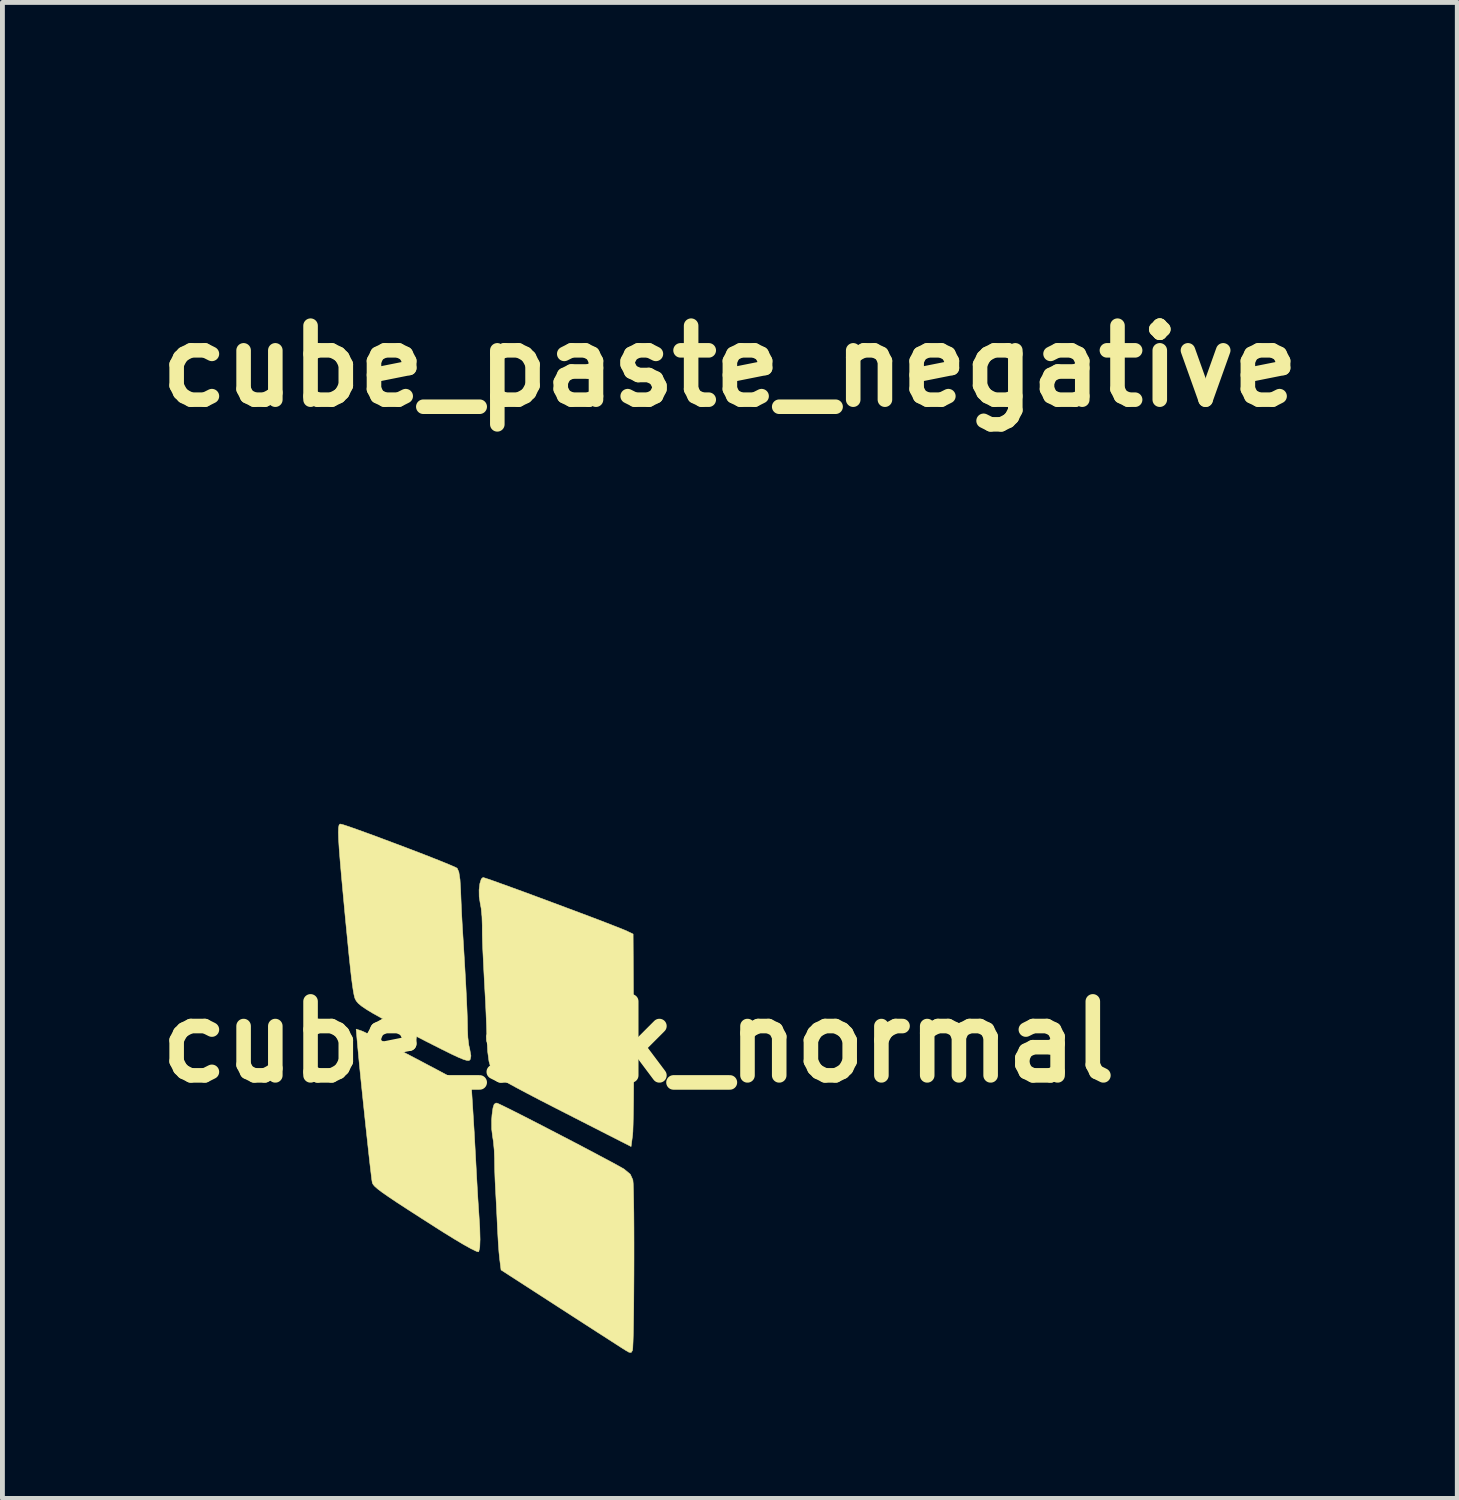
<source format=kicad_pcb>
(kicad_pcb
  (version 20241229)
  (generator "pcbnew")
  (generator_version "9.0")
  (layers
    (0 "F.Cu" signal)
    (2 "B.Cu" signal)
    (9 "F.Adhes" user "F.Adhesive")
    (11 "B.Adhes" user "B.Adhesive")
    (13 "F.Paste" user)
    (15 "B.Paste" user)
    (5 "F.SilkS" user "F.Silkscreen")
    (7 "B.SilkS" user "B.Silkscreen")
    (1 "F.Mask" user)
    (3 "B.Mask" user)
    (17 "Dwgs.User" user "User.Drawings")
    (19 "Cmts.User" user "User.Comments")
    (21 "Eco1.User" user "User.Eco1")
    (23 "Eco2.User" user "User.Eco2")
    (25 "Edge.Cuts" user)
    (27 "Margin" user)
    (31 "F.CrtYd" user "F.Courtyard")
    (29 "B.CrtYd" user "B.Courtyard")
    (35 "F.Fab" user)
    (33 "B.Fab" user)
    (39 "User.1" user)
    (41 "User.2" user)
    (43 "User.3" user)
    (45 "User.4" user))
  (footprint "cube_silk_normal"
    (layer "F.Cu")
    (at 10.095 18.408)
    (property "Reference" "cube_silk_normal" (at 0 0 0) (layer "F.SilkS") (effects (font (size 1.524 1.524) (thickness 0.3))))
    (attr through_hole)
    (fp_poly (pts (xy -5.712 -0.232) (xy -5.639 -0.201) (xy -5.497 -0.131) (xy -5.289 -0.025) (xy -5.02 0.114) (xy -4.694 0.284) (xy -4.317 0.483) (xy -3.892 0.709) (xy -3.802 0.756) (xy -3.435 0.953) (xy -3.412 1.312) (xy -3.378 1.864) (xy -3.345 2.471) (xy -3.33 2.752) (xy -3.317 2.986) (xy -3.302 3.243) (xy -3.287 3.474) (xy -3.284 3.514) (xy -3.264 3.831) (xy -3.258 4.068) (xy -3.264 4.227) (xy -3.283 4.312) (xy -3.291 4.324) (xy -3.335 4.312) (xy -3.44 4.261) (xy -3.595 4.175) (xy -3.788 4.06) (xy -4.01 3.923) (xy -4.108 3.861) (xy -4.457 3.638) (xy -4.741 3.455) (xy -4.967 3.308) (xy -5.141 3.191) (xy -5.271 3.101) (xy -5.362 3.032) (xy -5.422 2.98) (xy -5.458 2.94) (xy -5.475 2.908) (xy -5.478 2.898) (xy -5.488 2.837) (xy -5.504 2.704) (xy -5.527 2.51) (xy -5.554 2.268) (xy -5.584 1.991) (xy -5.617 1.689) (xy -5.65 1.375) (xy -5.683 1.061) (xy -5.714 0.76) (xy -5.742 0.482) (xy -5.765 0.24) (xy -5.781 0.07) (xy -5.81 -0.263) (xy -5.712 -0.232)) (stroke (width 0.01) (type solid)) (fill yes) (layer "F.SilkS"))
    (fp_poly (pts (xy -3.148 -3.372) (xy -3.029 -3.332) (xy -2.854 -3.269) (xy -2.632 -3.189) (xy -2.374 -3.095) (xy -2.091 -2.99) (xy -1.795 -2.88) (xy -1.495 -2.768) (xy -1.204 -2.659) (xy -0.93 -2.556) (xy -0.687 -2.463) (xy -0.484 -2.384) (xy -0.332 -2.324) (xy -0.242 -2.287) (xy -0.233 -2.282) (xy -0.106 -2.221) (xy -0.095 -0.275) (xy -0.094 0.133) (xy -0.094 0.522) (xy -0.095 0.883) (xy -0.097 1.206) (xy -0.101 1.482) (xy -0.106 1.699) (xy -0.111 1.85) (xy -0.116 1.914) (xy -0.148 2.155) (xy -1.306 1.565) (xy -1.7 1.364) (xy -2.026 1.197) (xy -2.289 1.059) (xy -2.498 0.948) (xy -2.659 0.86) (xy -2.78 0.79) (xy -2.866 0.735) (xy -2.926 0.69) (xy -2.967 0.653) (xy -2.972 0.647) (xy -3.032 0.548) (xy -3.074 0.402) (xy -3.102 0.195) (xy -3.117 -0.082) (xy -3.118 -0.106) (xy -3.125 -0.34) (xy -3.136 -0.606) (xy -3.147 -0.851) (xy -3.149 -0.878) (xy -3.169 -1.241) (xy -3.184 -1.532) (xy -3.195 -1.761) (xy -3.204 -1.943) (xy -3.209 -2.088) (xy -3.212 -2.208) (xy -3.213 -2.316) (xy -3.213 -2.401) (xy -3.219 -2.58) (xy -3.235 -2.748) (xy -3.256 -2.862) (xy -3.276 -2.991) (xy -3.278 -3.132) (xy -3.262 -3.262) (xy -3.233 -3.355) (xy -3.197 -3.387) (xy -3.148 -3.372)) (stroke (width 0.01) (type solid)) (fill yes) (layer "F.SilkS"))
    (fp_poly (pts (xy -2.909 1.261) (xy -2.858 1.283) (xy -2.742 1.339) (xy -2.573 1.423) (xy -2.361 1.53) (xy -2.117 1.655) (xy -1.852 1.792) (xy -1.576 1.935) (xy -1.301 2.078) (xy -1.037 2.217) (xy -0.794 2.346) (xy -0.583 2.458) (xy -0.416 2.549) (xy -0.302 2.613) (xy -0.291 2.62) (xy -0.164 2.726) (xy -0.111 2.843) (xy -0.104 2.918) (xy -0.099 3.064) (xy -0.095 3.269) (xy -0.091 3.524) (xy -0.089 3.816) (xy -0.088 4.135) (xy -0.088 4.469) (xy -0.089 4.807) (xy -0.091 5.138) (xy -0.093 5.451) (xy -0.097 5.735) (xy -0.101 5.978) (xy -0.107 6.17) (xy -0.113 6.299) (xy -0.119 6.354) (xy -0.147 6.397) (xy -0.193 6.391) (xy -0.257 6.354) (xy -0.318 6.316) (xy -0.441 6.237) (xy -0.616 6.124) (xy -0.836 5.983) (xy -1.09 5.819) (xy -1.37 5.638) (xy -1.596 5.492) (xy -2.826 4.697) (xy -2.854 4.476) (xy -2.869 4.33) (xy -2.883 4.135) (xy -2.895 3.924) (xy -2.899 3.852) (xy -2.91 3.614) (xy -2.923 3.348) (xy -2.936 3.107) (xy -2.938 3.069) (xy -2.949 2.854) (xy -2.957 2.629) (xy -2.96 2.438) (xy -2.96 2.408) (xy -2.967 2.227) (xy -2.984 2.048) (xy -3.001 1.943) (xy -3.019 1.793) (xy -3.02 1.61) (xy -3.012 1.503) (xy -2.992 1.36) (xy -2.968 1.285) (xy -2.932 1.26) (xy -2.909 1.261)) (stroke (width 0.01) (type solid)) (fill yes) (layer "F.SilkS"))
    (fp_poly (pts (xy -6.078 -4.473) (xy -5.954 -4.432) (xy -5.776 -4.369) (xy -5.557 -4.29) (xy -5.308 -4.198) (xy -5.042 -4.098) (xy -4.771 -3.996) (xy -4.507 -3.895) (xy -4.263 -3.8) (xy -4.051 -3.716) (xy -3.883 -3.647) (xy -3.772 -3.599) (xy -3.73 -3.577) (xy -3.695 -3.499) (xy -3.671 -3.344) (xy -3.658 -3.125) (xy -3.649 -2.896) (xy -3.638 -2.647) (xy -3.626 -2.427) (xy -3.624 -2.392) (xy -3.594 -1.908) (xy -3.57 -1.502) (xy -3.551 -1.163) (xy -3.537 -0.885) (xy -3.527 -0.66) (xy -3.52 -0.479) (xy -3.517 -0.334) (xy -3.516 -0.259) (xy -3.509 -0.09) (xy -3.49 0.067) (xy -3.47 0.152) (xy -3.446 0.289) (xy -3.462 0.363) (xy -3.483 0.382) (xy -3.523 0.383) (xy -3.591 0.364) (xy -3.697 0.321) (xy -3.849 0.25) (xy -4.057 0.147) (xy -4.329 0.009) (xy -4.365 -0.009) (xy -4.734 -0.199) (xy -5.035 -0.355) (xy -5.275 -0.483) (xy -5.46 -0.586) (xy -5.599 -0.67) (xy -5.699 -0.738) (xy -5.766 -0.794) (xy -5.808 -0.844) (xy -5.833 -0.892) (xy -5.839 -0.908) (xy -5.854 -0.969) (xy -5.87 -1.056) (xy -5.888 -1.176) (xy -5.909 -1.337) (xy -5.932 -1.546) (xy -5.96 -1.811) (xy -5.992 -2.138) (xy -6.031 -2.534) (xy -6.075 -3.006) (xy -6.112 -3.406) (xy -6.14 -3.729) (xy -6.16 -3.983) (xy -6.172 -4.176) (xy -6.176 -4.315) (xy -6.173 -4.408) (xy -6.163 -4.462) (xy -6.146 -4.485) (xy -6.136 -4.487) (xy -6.078 -4.473)) (stroke (width 0.01) (type solid)) (fill yes) (layer "F.SilkS")))
  (footprint "cube_paste_negative"
    (layer "F.Cu")
    (at 11.982 4.492)
    (property "Reference" "cube_paste_negative" (at 0 0 0) (layer "F.SilkS") (effects (font (size 1.524 1.524) (thickness 0.3))))
    (attr through_hole)
    (fp_poly (pts (xy 3.329 2.022) (xy 3.316 2.343) (xy 3.297 2.713) (xy 3.275 3.097) (xy 3.252 3.462) (xy 3.238 3.663) (xy 3.219 3.928) (xy 3.202 4.169) (xy 3.189 4.371) (xy 3.18 4.52) (xy 3.176 4.601) (xy 3.176 4.605) (xy 3.163 4.647) (xy 3.12 4.7) (xy 3.039 4.771) (xy 2.912 4.866) (xy 2.73 4.992) (xy 2.485 5.154) (xy 2.445 5.18) (xy 2.148 5.373) (xy 1.85 5.566) (xy 1.559 5.753) (xy 1.285 5.928) (xy 1.037 6.085) (xy 0.824 6.218) (xy 0.656 6.322) (xy 0.54 6.391) (xy 0.489 6.418) (xy 0.463 6.404) (xy 0.442 6.333) (xy 0.424 6.196) (xy 0.409 5.986) (xy 0.398 5.733) (xy 0.39 5.415) (xy 0.387 5.049) (xy 0.387 4.656) (xy 0.391 4.253) (xy 0.399 3.859) (xy 0.41 3.493) (xy 0.418 3.304) (xy 0.445 2.734) (xy 0.699 2.59) (xy 0.815 2.526) (xy 0.993 2.431) (xy 1.218 2.313) (xy 1.478 2.177) (xy 1.759 2.031) (xy 2.047 1.882) (xy 2.33 1.736) (xy 2.593 1.601) (xy 2.824 1.484) (xy 3.009 1.391) (xy 3.135 1.329) (xy 3.15 1.322) (xy 3.358 1.225) (xy 3.329 2.022)) (stroke (width 0.01) (type solid)) (fill yes) (layer "F.Paste"))
    (fp_poly (pts (xy 6.13 -0.2) (xy 6.13 -0.141) (xy 6.122 -0.011) (xy 6.108 0.18) (xy 6.088 0.418) (xy 6.065 0.692) (xy 6.039 0.989) (xy 6.01 1.297) (xy 5.981 1.605) (xy 5.952 1.9) (xy 5.925 2.169) (xy 5.9 2.401) (xy 5.879 2.584) (xy 5.877 2.596) (xy 5.83 2.97) (xy 5.339 3.299) (xy 5.118 3.446) (xy 4.88 3.602) (xy 4.635 3.762) (xy 4.395 3.917) (xy 4.169 4.063) (xy 3.968 4.19) (xy 3.804 4.294) (xy 3.685 4.366) (xy 3.624 4.401) (xy 3.618 4.403) (xy 3.586 4.369) (xy 3.569 4.334) (xy 3.566 4.277) (xy 3.568 4.147) (xy 3.574 3.956) (xy 3.584 3.715) (xy 3.598 3.436) (xy 3.614 3.13) (xy 3.632 2.81) (xy 3.652 2.486) (xy 3.671 2.17) (xy 3.691 1.874) (xy 3.71 1.609) (xy 3.728 1.388) (xy 3.743 1.22) (xy 3.756 1.119) (xy 3.758 1.106) (xy 3.771 1.062) (xy 3.794 1.02) (xy 3.834 0.975) (xy 3.898 0.923) (xy 3.993 0.859) (xy 4.125 0.78) (xy 4.302 0.682) (xy 4.53 0.559) (xy 4.816 0.408) (xy 5.167 0.226) (xy 5.376 0.117) (xy 5.64 -0.018) (xy 5.838 -0.115) (xy 5.978 -0.178) (xy 6.068 -0.21) (xy 6.116 -0.214) (xy 6.13 -0.2)) (stroke (width 0.01) (type solid)) (fill yes) (layer "F.Paste"))
    (fp_poly (pts (xy 6.513 -4.463) (xy 6.518 -4.387) (xy 6.515 -4.254) (xy 6.504 -4.059) (xy 6.484 -3.796) (xy 6.456 -3.459) (xy 6.419 -3.045) (xy 6.415 -3.006) (xy 6.371 -2.528) (xy 6.334 -2.128) (xy 6.302 -1.798) (xy 6.276 -1.53) (xy 6.253 -1.319) (xy 6.233 -1.155) (xy 6.216 -1.033) (xy 6.199 -0.945) (xy 6.182 -0.885) (xy 6.164 -0.843) (xy 6.144 -0.815) (xy 6.122 -0.792) (xy 6.115 -0.785) (xy 6.056 -0.746) (xy 5.935 -0.676) (xy 5.764 -0.582) (xy 5.554 -0.469) (xy 5.318 -0.344) (xy 5.066 -0.212) (xy 4.811 -0.08) (xy 4.563 0.046) (xy 4.336 0.16) (xy 4.14 0.257) (xy 3.988 0.329) (xy 3.89 0.372) (xy 3.861 0.381) (xy 3.798 0.352) (xy 3.792 0.344) (xy 3.79 0.296) (xy 3.793 0.174) (xy 3.8 -0.012) (xy 3.81 -0.251) (xy 3.824 -0.532) (xy 3.84 -0.845) (xy 3.858 -1.18) (xy 3.878 -1.526) (xy 3.898 -1.872) (xy 3.918 -2.208) (xy 3.937 -2.523) (xy 3.956 -2.808) (xy 3.973 -3.051) (xy 3.987 -3.242) (xy 3.999 -3.37) (xy 4.005 -3.416) (xy 4.026 -3.487) (xy 4.067 -3.542) (xy 4.147 -3.594) (xy 4.283 -3.656) (xy 4.348 -3.684) (xy 4.535 -3.76) (xy 4.76 -3.849) (xy 5.012 -3.947) (xy 5.279 -4.049) (xy 5.547 -4.15) (xy 5.805 -4.246) (xy 6.039 -4.331) (xy 6.239 -4.403) (xy 6.39 -4.455) (xy 6.482 -4.483) (xy 6.501 -4.487) (xy 6.513 -4.463)) (stroke (width 0.01) (type solid)) (fill yes) (layer "F.Paste"))
    (fp_poly (pts (xy 3.596 -3.351) (xy 3.622 -3.286) (xy 3.626 -3.218) (xy 3.626 -3.077) (xy 3.621 -2.876) (xy 3.612 -2.625) (xy 3.6 -2.337) (xy 3.586 -2.024) (xy 3.57 -1.697) (xy 3.552 -1.368) (xy 3.533 -1.049) (xy 3.514 -0.752) (xy 3.496 -0.488) (xy 3.478 -0.271) (xy 3.469 -0.169) (xy 3.44 0.109) (xy 3.418 0.316) (xy 3.399 0.462) (xy 3.38 0.561) (xy 3.358 0.625) (xy 3.331 0.665) (xy 3.294 0.694) (xy 3.246 0.723) (xy 3.17 0.766) (xy 3.033 0.839) (xy 2.846 0.936) (xy 2.62 1.052) (xy 2.365 1.182) (xy 2.091 1.321) (xy 1.809 1.463) (xy 1.529 1.603) (xy 1.261 1.737) (xy 1.016 1.858) (xy 0.805 1.962) (xy 0.637 2.043) (xy 0.523 2.096) (xy 0.473 2.117) (xy 0.473 2.117) (xy 0.458 2.076) (xy 0.442 1.963) (xy 0.427 1.788) (xy 0.412 1.564) (xy 0.401 1.323) (xy 0.392 1.044) (xy 0.387 0.728) (xy 0.384 0.387) (xy 0.385 0.03) (xy 0.388 -0.333) (xy 0.393 -0.69) (xy 0.401 -1.033) (xy 0.41 -1.351) (xy 0.421 -1.634) (xy 0.434 -1.872) (xy 0.448 -2.053) (xy 0.463 -2.17) (xy 0.477 -2.21) (xy 0.542 -2.242) (xy 0.674 -2.298) (xy 0.863 -2.375) (xy 1.096 -2.468) (xy 1.363 -2.573) (xy 1.655 -2.687) (xy 1.958 -2.804) (xy 2.264 -2.92) (xy 2.561 -3.033) (xy 2.839 -3.136) (xy 3.085 -3.227) (xy 3.291 -3.302) (xy 3.445 -3.355) (xy 3.536 -3.383) (xy 3.554 -3.387) (xy 3.596 -3.351)) (stroke (width 0.01) (type solid)) (fill yes) (layer "F.Paste")))
  (gr_rect
    (start -3 -3)
    (end 26.963 27.81)
    (stroke (width 0.1) (type default))
    (fill no)
    (layer "Edge.Cuts")))
</source>
